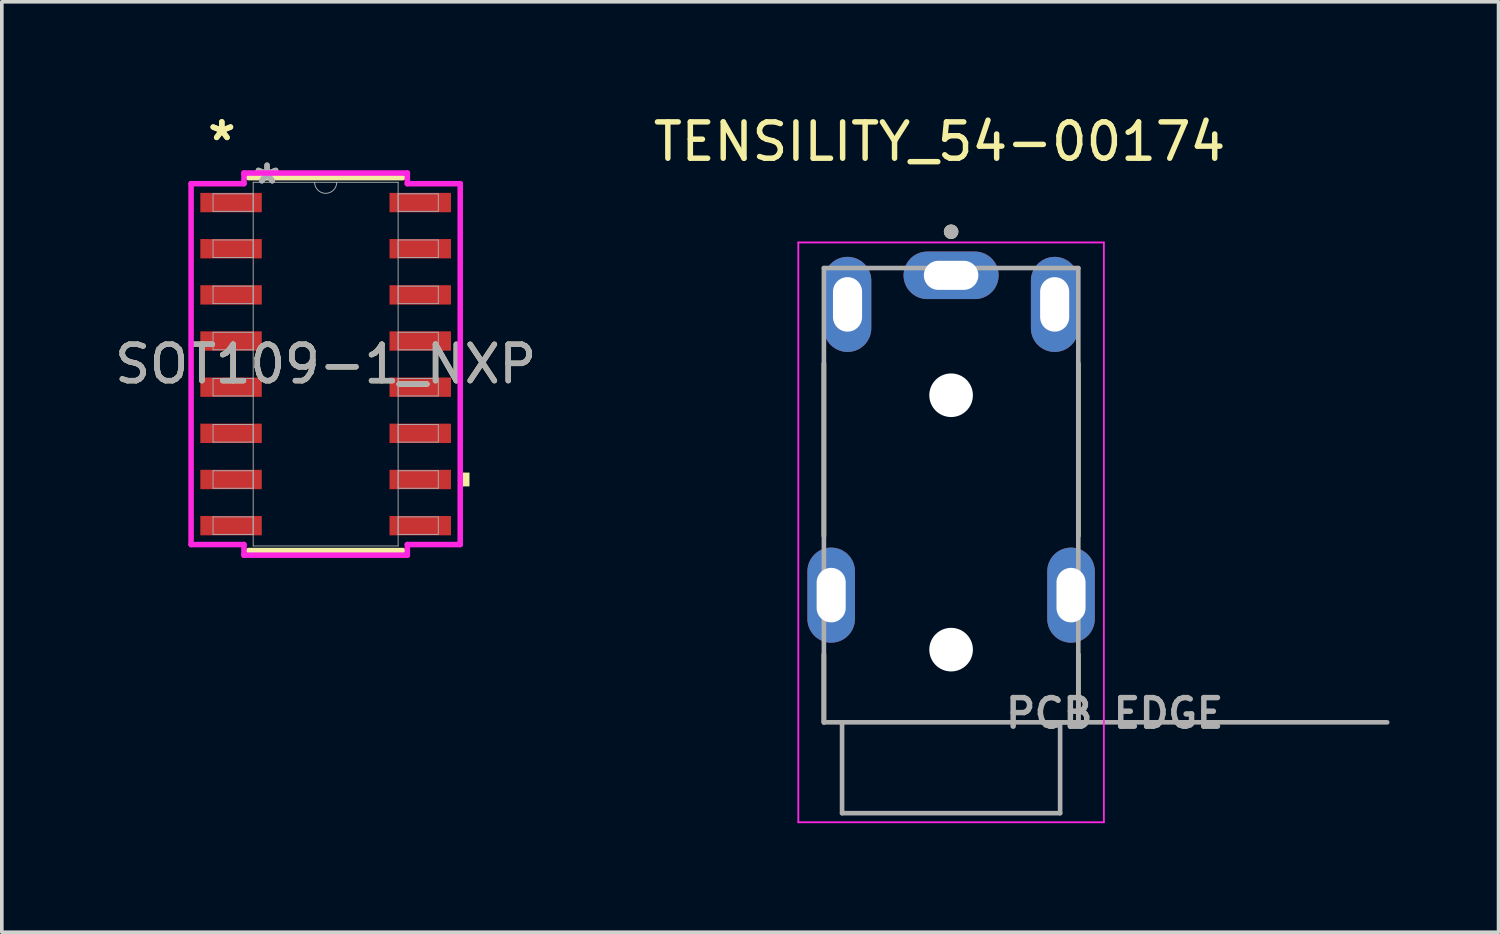
<source format=kicad_pcb>
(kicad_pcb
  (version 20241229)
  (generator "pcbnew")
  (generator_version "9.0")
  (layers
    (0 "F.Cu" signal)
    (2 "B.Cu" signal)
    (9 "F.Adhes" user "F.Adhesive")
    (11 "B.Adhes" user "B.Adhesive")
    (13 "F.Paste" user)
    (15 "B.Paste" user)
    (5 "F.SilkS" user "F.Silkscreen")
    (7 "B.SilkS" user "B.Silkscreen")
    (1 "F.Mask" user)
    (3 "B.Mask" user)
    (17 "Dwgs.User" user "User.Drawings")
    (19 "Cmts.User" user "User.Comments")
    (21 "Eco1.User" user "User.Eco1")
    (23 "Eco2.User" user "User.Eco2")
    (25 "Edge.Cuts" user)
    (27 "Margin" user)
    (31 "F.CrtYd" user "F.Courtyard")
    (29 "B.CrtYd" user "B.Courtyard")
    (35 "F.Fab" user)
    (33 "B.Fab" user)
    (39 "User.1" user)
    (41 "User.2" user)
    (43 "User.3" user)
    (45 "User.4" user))
  (footprint "TENSILITY_54-00174"
    (layer "F.Cu")
    (at 23.121 11.326)
    (property "Reference" "TENSILITY_54-00174" (at -0.318 -10.477 0) (layer "F.SilkS") (effects (font (size 1 1) (thickness 0.15))))
    (attr through_hole)
    (fp_line (start -3.5 -4.372) (end -3.5 0.372) (stroke (width 0.127) (type solid)) (layer "F.SilkS"))
    (fp_line (start -3.5 5.5) (end -3.5 3.628) (stroke (width 0.127) (type solid)) (layer "F.SilkS"))
    (fp_line (start 3.5 -4.372) (end 3.5 0.372) (stroke (width 0.127) (type solid)) (layer "F.SilkS"))
    (fp_line (start 3.5 5.5) (end 3.5 3.628) (stroke (width 0.127) (type solid)) (layer "F.SilkS"))
    (fp_circle (center 0 -8) (end 0.1 -8) (stroke (width 0.2) (type solid)) (fill no) (layer "F.SilkS"))
    (fp_line (start -4.204 -7.704) (end -4.204 8.25) (stroke (width 0.05) (type solid)) (layer "F.CrtYd"))
    (fp_line (start -4.204 8.25) (end 4.204 8.25) (stroke (width 0.05) (type solid)) (layer "F.CrtYd"))
    (fp_line (start 4.204 -7.704) (end -4.204 -7.704) (stroke (width 0.05) (type solid)) (layer "F.CrtYd"))
    (fp_line (start 4.204 8.25) (end 4.204 -7.704) (stroke (width 0.05) (type solid)) (layer "F.CrtYd"))
    (fp_line (start -3.5 -7) (end -3.5 5.5) (stroke (width 0.127) (type solid)) (layer "F.Fab"))
    (fp_line (start -3.5 -7) (end 3.5 -7) (stroke (width 0.127) (type solid)) (layer "F.Fab"))
    (fp_line (start -3.5 5.5) (end -3 5.5) (stroke (width 0.127) (type solid)) (layer "F.Fab"))
    (fp_line (start -3 5.5) (end -3 8) (stroke (width 0.127) (type solid)) (layer "F.Fab"))
    (fp_line (start -3 5.5) (end 12 5.5) (stroke (width 0.127) (type solid)) (layer "F.Fab"))
    (fp_line (start -3 8) (end 3 8) (stroke (width 0.127) (type solid)) (layer "F.Fab"))
    (fp_line (start 3 5.5) (end 3 8) (stroke (width 0.127) (type solid)) (layer "F.Fab"))
    (fp_line (start 3 5.5) (end 3.5 5.5) (stroke (width 0.127) (type solid)) (layer "F.Fab"))
    (fp_line (start 3.5 -7) (end 3.5 5.5) (stroke (width 0.127) (type solid)) (layer "F.Fab"))
    (fp_circle (center 0 -8) (end 0.1 -8) (stroke (width 0.2) (type solid)) (fill no) (layer "F.Fab"))
    (fp_text user "PCB EDGE" (at 4.5 5.25 0) (layer "F.Fab") (effects (font (size 0.787 0.787) (thickness 0.15))))
    (pad "" np_thru_hole circle (at 0 -3.5) (size 1.2 1.2) (drill 1.2) (layers "*.Cu" "*.Mask"))
    (pad "" np_thru_hole circle (at 0 3.5) (size 1.2 1.2) (drill 1.2) (layers "*.Cu" "*.Mask"))
    (pad "1" thru_hole oval (at 0 -6.8) (size 2.616 1.308) (drill oval 1.5 0.8) (layers "*.Cu" "*.Mask"))
    (pad "2" thru_hole oval (at -2.85 -6) (size 1.308 2.616) (drill oval 0.8 1.5) (layers "*.Cu" "*.Mask"))
    (pad "3" thru_hole oval (at 2.85 -6) (size 1.308 2.616) (drill oval 0.8 1.5) (layers "*.Cu" "*.Mask"))
    (pad "4_1" thru_hole oval (at -3.3 2) (size 1.308 2.616) (drill oval 0.8 1.5) (layers "*.Cu" "*.Mask"))
    (pad "4_2" thru_hole oval (at 3.3 2) (size 1.308 2.616) (drill oval 0.8 1.5) (layers "*.Cu" "*.Mask")))
  (footprint "SOT109-1_NXP"
    (layer "F.Cu")
    (at 5.911 6.969)
    (property "Reference" "SOT109-1_NXP" (at 0 0 0) (unlocked yes) (layer "F.SilkS") (effects (font (size 1 1) (thickness 0.15))))
    (attr smd)
    (fp_line (start -2.121 5.131) (end 2.121 5.131) (stroke (width 0.152) (type solid)) (layer "F.SilkS"))
    (fp_line (start 2.121 -5.131) (end -2.121 -5.131) (stroke (width 0.152) (type solid)) (layer "F.SilkS"))
    (fp_poly (pts (xy 3.957 2.985) (xy 3.957 3.365) (xy 3.703 3.365) (xy 3.703 2.985)) (stroke (width 0) (type solid)) (fill yes) (layer "F.SilkS"))
    (fp_line (start -3.703 -4.965) (end -2.248 -4.965) (stroke (width 0.152) (type solid)) (layer "F.CrtYd"))
    (fp_line (start -3.703 4.965) (end -3.703 -4.965) (stroke (width 0.152) (type solid)) (layer "F.CrtYd"))
    (fp_line (start -3.703 4.965) (end -2.248 4.965) (stroke (width 0.152) (type solid)) (layer "F.CrtYd"))
    (fp_line (start -2.248 -5.258) (end 2.248 -5.258) (stroke (width 0.152) (type solid)) (layer "F.CrtYd"))
    (fp_line (start -2.248 -4.965) (end -2.248 -5.258) (stroke (width 0.152) (type solid)) (layer "F.CrtYd"))
    (fp_line (start -2.248 5.258) (end -2.248 4.965) (stroke (width 0.152) (type solid)) (layer "F.CrtYd"))
    (fp_line (start 2.248 -5.258) (end 2.248 -4.965) (stroke (width 0.152) (type solid)) (layer "F.CrtYd"))
    (fp_line (start 2.248 4.965) (end 2.248 5.258) (stroke (width 0.152) (type solid)) (layer "F.CrtYd"))
    (fp_line (start 2.248 5.258) (end -2.248 5.258) (stroke (width 0.152) (type solid)) (layer "F.CrtYd"))
    (fp_line (start 3.703 -4.965) (end 2.248 -4.965) (stroke (width 0.152) (type solid)) (layer "F.CrtYd"))
    (fp_line (start 3.703 -4.965) (end 3.703 4.965) (stroke (width 0.152) (type solid)) (layer "F.CrtYd"))
    (fp_line (start 3.703 4.965) (end 2.248 4.965) (stroke (width 0.152) (type solid)) (layer "F.CrtYd"))
    (fp_line (start -3.099 -4.686) (end -3.099 -4.204) (stroke (width 0.025) (type solid)) (layer "F.Fab"))
    (fp_line (start -3.099 -4.204) (end -1.994 -4.204) (stroke (width 0.025) (type solid)) (layer "F.Fab"))
    (fp_line (start -3.099 -3.416) (end -3.099 -2.934) (stroke (width 0.025) (type solid)) (layer "F.Fab"))
    (fp_line (start -3.099 -2.934) (end -1.994 -2.934) (stroke (width 0.025) (type solid)) (layer "F.Fab"))
    (fp_line (start -3.099 -2.146) (end -3.099 -1.664) (stroke (width 0.025) (type solid)) (layer "F.Fab"))
    (fp_line (start -3.099 -1.664) (end -1.994 -1.664) (stroke (width 0.025) (type solid)) (layer "F.Fab"))
    (fp_line (start -3.099 -0.876) (end -3.099 -0.394) (stroke (width 0.025) (type solid)) (layer "F.Fab"))
    (fp_line (start -3.099 -0.394) (end -1.994 -0.394) (stroke (width 0.025) (type solid)) (layer "F.Fab"))
    (fp_line (start -3.099 0.394) (end -3.099 0.876) (stroke (width 0.025) (type solid)) (layer "F.Fab"))
    (fp_line (start -3.099 0.876) (end -1.994 0.876) (stroke (width 0.025) (type solid)) (layer "F.Fab"))
    (fp_line (start -3.099 1.664) (end -3.099 2.146) (stroke (width 0.025) (type solid)) (layer "F.Fab"))
    (fp_line (start -3.099 2.146) (end -1.994 2.146) (stroke (width 0.025) (type solid)) (layer "F.Fab"))
    (fp_line (start -3.099 2.934) (end -3.099 3.416) (stroke (width 0.025) (type solid)) (layer "F.Fab"))
    (fp_line (start -3.099 3.416) (end -1.994 3.416) (stroke (width 0.025) (type solid)) (layer "F.Fab"))
    (fp_line (start -3.099 4.204) (end -3.099 4.686) (stroke (width 0.025) (type solid)) (layer "F.Fab"))
    (fp_line (start -3.099 4.686) (end -1.994 4.686) (stroke (width 0.025) (type solid)) (layer "F.Fab"))
    (fp_line (start -1.994 -5.004) (end -1.994 5.004) (stroke (width 0.025) (type solid)) (layer "F.Fab"))
    (fp_line (start -1.994 -4.686) (end -3.099 -4.686) (stroke (width 0.025) (type solid)) (layer "F.Fab"))
    (fp_line (start -1.994 -4.204) (end -1.994 -4.686) (stroke (width 0.025) (type solid)) (layer "F.Fab"))
    (fp_line (start -1.994 -3.416) (end -3.099 -3.416) (stroke (width 0.025) (type solid)) (layer "F.Fab"))
    (fp_line (start -1.994 -2.934) (end -1.994 -3.416) (stroke (width 0.025) (type solid)) (layer "F.Fab"))
    (fp_line (start -1.994 -2.146) (end -3.099 -2.146) (stroke (width 0.025) (type solid)) (layer "F.Fab"))
    (fp_line (start -1.994 -1.664) (end -1.994 -2.146) (stroke (width 0.025) (type solid)) (layer "F.Fab"))
    (fp_line (start -1.994 -0.876) (end -3.099 -0.876) (stroke (width 0.025) (type solid)) (layer "F.Fab"))
    (fp_line (start -1.994 -0.394) (end -1.994 -0.876) (stroke (width 0.025) (type solid)) (layer "F.Fab"))
    (fp_line (start -1.994 0.394) (end -3.099 0.394) (stroke (width 0.025) (type solid)) (layer "F.Fab"))
    (fp_line (start -1.994 0.876) (end -1.994 0.394) (stroke (width 0.025) (type solid)) (layer "F.Fab"))
    (fp_line (start -1.994 1.664) (end -3.099 1.664) (stroke (width 0.025) (type solid)) (layer "F.Fab"))
    (fp_line (start -1.994 2.146) (end -1.994 1.664) (stroke (width 0.025) (type solid)) (layer "F.Fab"))
    (fp_line (start -1.994 2.934) (end -3.099 2.934) (stroke (width 0.025) (type solid)) (layer "F.Fab"))
    (fp_line (start -1.994 3.416) (end -1.994 2.934) (stroke (width 0.025) (type solid)) (layer "F.Fab"))
    (fp_line (start -1.994 4.204) (end -3.099 4.204) (stroke (width 0.025) (type solid)) (layer "F.Fab"))
    (fp_line (start -1.994 4.686) (end -1.994 4.204) (stroke (width 0.025) (type solid)) (layer "F.Fab"))
    (fp_line (start -1.994 5.004) (end 1.994 5.004) (stroke (width 0.025) (type solid)) (layer "F.Fab"))
    (fp_line (start 1.994 -5.004) (end -1.994 -5.004) (stroke (width 0.025) (type solid)) (layer "F.Fab"))
    (fp_line (start 1.994 -4.686) (end 1.994 -4.204) (stroke (width 0.025) (type solid)) (layer "F.Fab"))
    (fp_line (start 1.994 -4.204) (end 3.099 -4.204) (stroke (width 0.025) (type solid)) (layer "F.Fab"))
    (fp_line (start 1.994 -3.416) (end 1.994 -2.934) (stroke (width 0.025) (type solid)) (layer "F.Fab"))
    (fp_line (start 1.994 -2.934) (end 3.099 -2.934) (stroke (width 0.025) (type solid)) (layer "F.Fab"))
    (fp_line (start 1.994 -2.146) (end 1.994 -1.664) (stroke (width 0.025) (type solid)) (layer "F.Fab"))
    (fp_line (start 1.994 -1.664) (end 3.099 -1.664) (stroke (width 0.025) (type solid)) (layer "F.Fab"))
    (fp_line (start 1.994 -0.876) (end 1.994 -0.394) (stroke (width 0.025) (type solid)) (layer "F.Fab"))
    (fp_line (start 1.994 -0.394) (end 3.099 -0.394) (stroke (width 0.025) (type solid)) (layer "F.Fab"))
    (fp_line (start 1.994 0.394) (end 1.994 0.876) (stroke (width 0.025) (type solid)) (layer "F.Fab"))
    (fp_line (start 1.994 0.876) (end 3.099 0.876) (stroke (width 0.025) (type solid)) (layer "F.Fab"))
    (fp_line (start 1.994 1.664) (end 1.994 2.146) (stroke (width 0.025) (type solid)) (layer "F.Fab"))
    (fp_line (start 1.994 2.146) (end 3.099 2.146) (stroke (width 0.025) (type solid)) (layer "F.Fab"))
    (fp_line (start 1.994 2.934) (end 1.994 3.416) (stroke (width 0.025) (type solid)) (layer "F.Fab"))
    (fp_line (start 1.994 3.416) (end 3.099 3.416) (stroke (width 0.025) (type solid)) (layer "F.Fab"))
    (fp_line (start 1.994 4.204) (end 1.994 4.686) (stroke (width 0.025) (type solid)) (layer "F.Fab"))
    (fp_line (start 1.994 4.686) (end 3.099 4.686) (stroke (width 0.025) (type solid)) (layer "F.Fab"))
    (fp_line (start 1.994 5.004) (end 1.994 -5.004) (stroke (width 0.025) (type solid)) (layer "F.Fab"))
    (fp_line (start 3.099 -4.686) (end 1.994 -4.686) (stroke (width 0.025) (type solid)) (layer "F.Fab"))
    (fp_line (start 3.099 -4.204) (end 3.099 -4.686) (stroke (width 0.025) (type solid)) (layer "F.Fab"))
    (fp_line (start 3.099 -3.416) (end 1.994 -3.416) (stroke (width 0.025) (type solid)) (layer "F.Fab"))
    (fp_line (start 3.099 -2.934) (end 3.099 -3.416) (stroke (width 0.025) (type solid)) (layer "F.Fab"))
    (fp_line (start 3.099 -2.146) (end 1.994 -2.146) (stroke (width 0.025) (type solid)) (layer "F.Fab"))
    (fp_line (start 3.099 -1.664) (end 3.099 -2.146) (stroke (width 0.025) (type solid)) (layer "F.Fab"))
    (fp_line (start 3.099 -0.876) (end 1.994 -0.876) (stroke (width 0.025) (type solid)) (layer "F.Fab"))
    (fp_line (start 3.099 -0.394) (end 3.099 -0.876) (stroke (width 0.025) (type solid)) (layer "F.Fab"))
    (fp_line (start 3.099 0.394) (end 1.994 0.394) (stroke (width 0.025) (type solid)) (layer "F.Fab"))
    (fp_line (start 3.099 0.876) (end 3.099 0.394) (stroke (width 0.025) (type solid)) (layer "F.Fab"))
    (fp_line (start 3.099 1.664) (end 1.994 1.664) (stroke (width 0.025) (type solid)) (layer "F.Fab"))
    (fp_line (start 3.099 2.146) (end 3.099 1.664) (stroke (width 0.025) (type solid)) (layer "F.Fab"))
    (fp_line (start 3.099 2.934) (end 1.994 2.934) (stroke (width 0.025) (type solid)) (layer "F.Fab"))
    (fp_line (start 3.099 3.416) (end 3.099 2.934) (stroke (width 0.025) (type solid)) (layer "F.Fab"))
    (fp_line (start 3.099 4.204) (end 1.994 4.204) (stroke (width 0.025) (type solid)) (layer "F.Fab"))
    (fp_line (start 3.099 4.686) (end 3.099 4.204) (stroke (width 0.025) (type solid)) (layer "F.Fab"))
    (fp_arc (start 0.3048 -5.0038) (mid 0 -4.699) (end -0.3048 -5.0038) (stroke (width 0.0254) (type solid)) (layer "F.Fab"))
    (fp_text user "*" (at -2.857 -6.121 0) (unlocked yes) (layer "F.SilkS") (effects (font (size 1 1) (thickness 0.15))))
    (fp_text user "*" (at -2.857 -6.121 0) (layer "F.SilkS") (effects (font (size 1 1) (thickness 0.15))))
    (fp_text user "${REFERENCE}" (at 0 0 0) (unlocked yes) (layer "F.Fab") (effects (font (size 1 1) (thickness 0.15))))
    (fp_text user "*" (at -1.613 -4.928 0) (layer "F.Fab") (effects (font (size 1 1) (thickness 0.15))))
    (fp_text user "*" (at -1.613 -4.928 0) (unlocked yes) (layer "F.Fab") (effects (font (size 1 1) (thickness 0.15))))
    (pad "1" smd rect (at -2.603 -4.445) (size 1.691 0.533) (layers "F.Cu" "F.Mask" "F.Paste"))
    (pad "2" smd rect (at -2.603 -3.175) (size 1.691 0.533) (layers "F.Cu" "F.Mask" "F.Paste"))
    (pad "3" smd rect (at -2.603 -1.905) (size 1.691 0.533) (layers "F.Cu" "F.Mask" "F.Paste"))
    (pad "4" smd rect (at -2.603 -0.635) (size 1.691 0.533) (layers "F.Cu" "F.Mask" "F.Paste"))
    (pad "5" smd rect (at -2.603 0.635) (size 1.691 0.533) (layers "F.Cu" "F.Mask" "F.Paste"))
    (pad "6" smd rect (at -2.603 1.905) (size 1.691 0.533) (layers "F.Cu" "F.Mask" "F.Paste"))
    (pad "7" smd rect (at -2.603 3.175) (size 1.691 0.533) (layers "F.Cu" "F.Mask" "F.Paste"))
    (pad "8" smd rect (at -2.603 4.445) (size 1.691 0.533) (layers "F.Cu" "F.Mask" "F.Paste"))
    (pad "9" smd rect (at 2.603 4.445) (size 1.691 0.533) (layers "F.Cu" "F.Mask" "F.Paste"))
    (pad "10" smd rect (at 2.603 3.175) (size 1.691 0.533) (layers "F.Cu" "F.Mask" "F.Paste"))
    (pad "11" smd rect (at 2.603 1.905) (size 1.691 0.533) (layers "F.Cu" "F.Mask" "F.Paste"))
    (pad "12" smd rect (at 2.603 0.635) (size 1.691 0.533) (layers "F.Cu" "F.Mask" "F.Paste"))
    (pad "13" smd rect (at 2.603 -0.635) (size 1.691 0.533) (layers "F.Cu" "F.Mask" "F.Paste"))
    (pad "14" smd rect (at 2.603 -1.905) (size 1.691 0.533) (layers "F.Cu" "F.Mask" "F.Paste"))
    (pad "15" smd rect (at 2.603 -3.175) (size 1.691 0.533) (layers "F.Cu" "F.Mask" "F.Paste"))
    (pad "16" smd rect (at 2.603 -4.445) (size 1.691 0.533) (layers "F.Cu" "F.Mask" "F.Paste")))
  (gr_rect
    (start -3 -3)
    (end 38.185 22.601)
    (stroke (width 0.1) (type default))
    (fill no)
    (layer "Edge.Cuts")))
</source>
